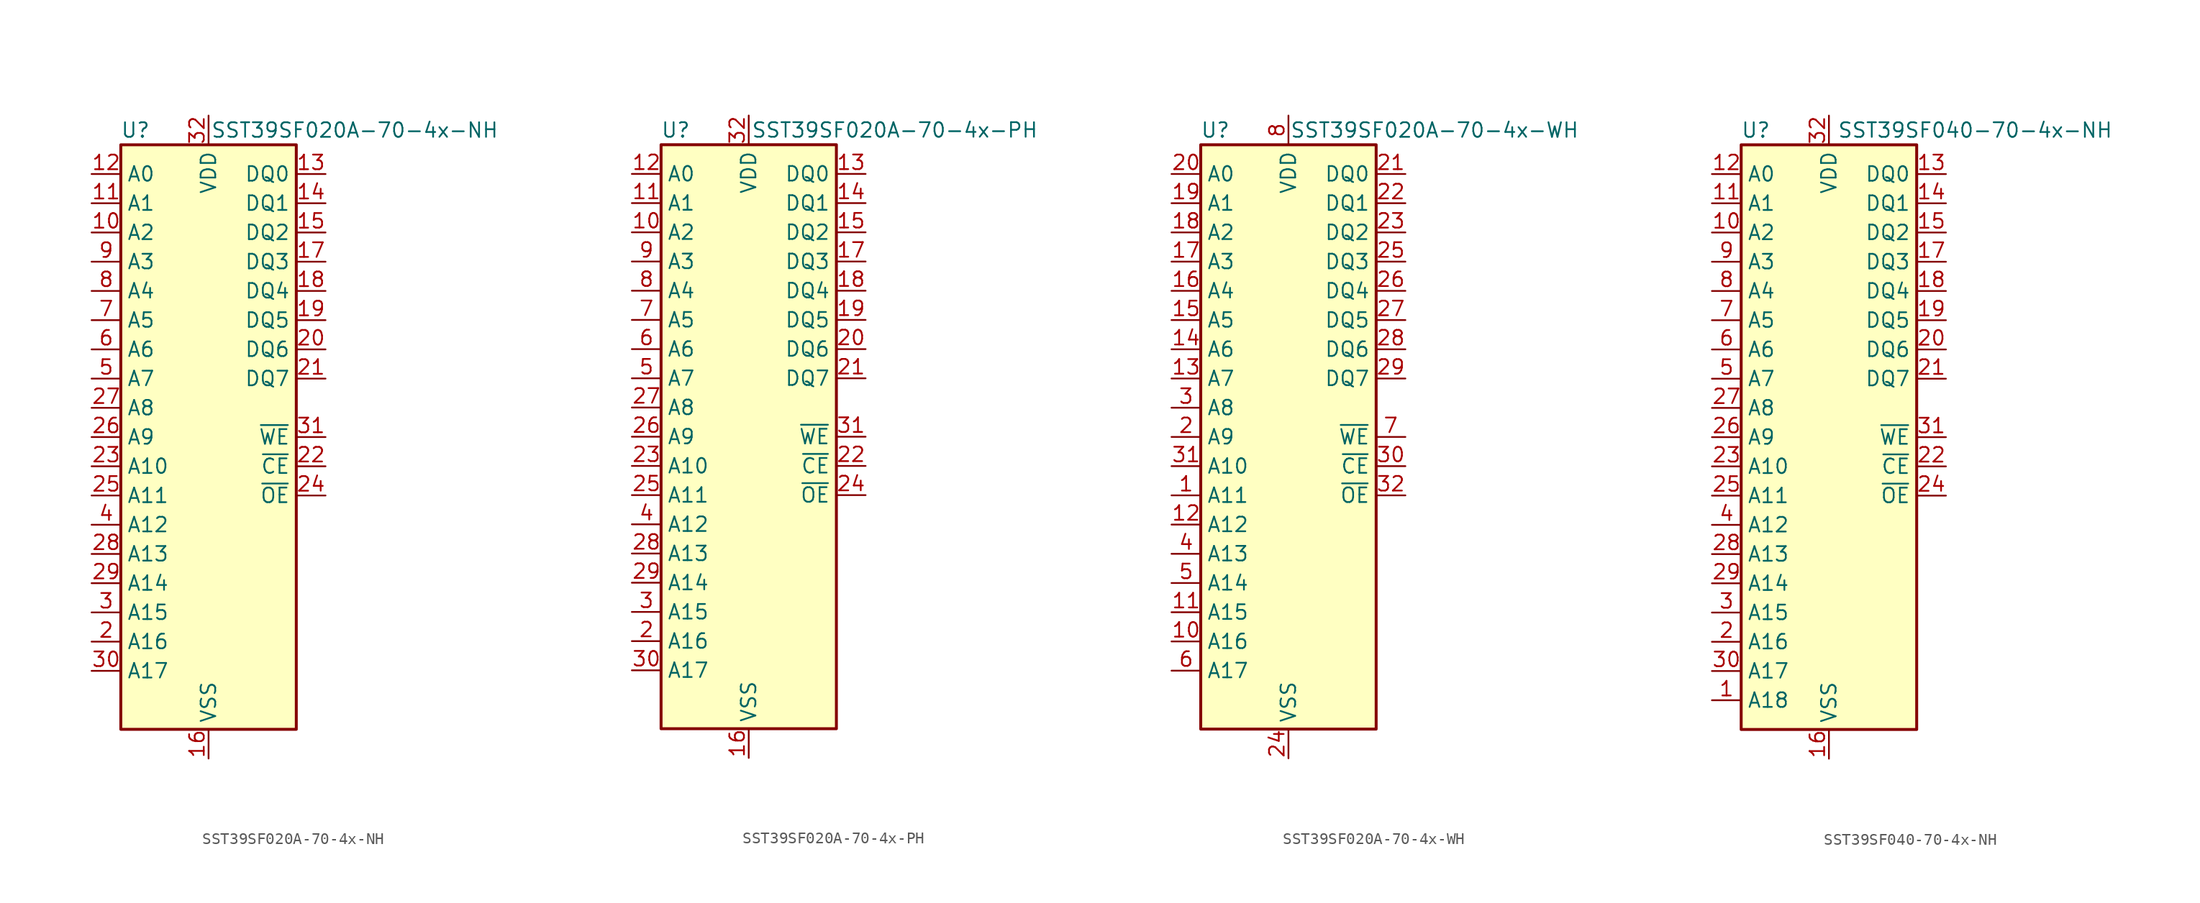
<source format=kicad_sym>
(kicad_symbol_lib
  (version 20241209)
  (generator "kicad_symbol_editor")
  (generator_version "9.0")
  (symbol "SST39SF020A-70-4x-NH"
    (property "Reference" "U"
      (at -6.35 26.67 0)
      (effects (font (size 1.27 1.27))))
    (property "Value" "SST39SF020A-70-4x-NH"
      (at 12.7 26.67 0)
      (effects (font (size 1.27 1.27))))
    (symbol "SST39SF020A-70-4x-NH_0_1"
      (rectangle (start -7.62 25.4) (end 7.62 -25.4) (stroke (width 0.254) (type default)) (fill (type background))))
    (symbol "SST39SF020A-70-4x-NH_1_1"
      (pin input line (at -10.16 22.86 0) (length 2.54) (name "A0" (effects (font (size 1.27 1.27)))) (number "12" (effects (font (size 1.27 1.27)))))
      (pin input line (at -10.16 20.32 0) (length 2.54) (name "A1" (effects (font (size 1.27 1.27)))) (number "11" (effects (font (size 1.27 1.27)))))
      (pin input line (at -10.16 17.78 0) (length 2.54) (name "A2" (effects (font (size 1.27 1.27)))) (number "10" (effects (font (size 1.27 1.27)))))
      (pin input line (at -10.16 15.24 0) (length 2.54) (name "A3" (effects (font (size 1.27 1.27)))) (number "9" (effects (font (size 1.27 1.27)))))
      (pin input line (at -10.16 12.7 0) (length 2.54) (name "A4" (effects (font (size 1.27 1.27)))) (number "8" (effects (font (size 1.27 1.27)))))
      (pin input line (at -10.16 10.16 0) (length 2.54) (name "A5" (effects (font (size 1.27 1.27)))) (number "7" (effects (font (size 1.27 1.27)))))
      (pin input line (at -10.16 7.62 0) (length 2.54) (name "A6" (effects (font (size 1.27 1.27)))) (number "6" (effects (font (size 1.27 1.27)))))
      (pin input line (at -10.16 5.08 0) (length 2.54) (name "A7" (effects (font (size 1.27 1.27)))) (number "5" (effects (font (size 1.27 1.27)))))
      (pin input line (at -10.16 2.54 0) (length 2.54) (name "A8" (effects (font (size 1.27 1.27)))) (number "27" (effects (font (size 1.27 1.27)))))
      (pin input line (at -10.16 0 0) (length 2.54) (name "A9" (effects (font (size 1.27 1.27)))) (number "26" (effects (font (size 1.27 1.27)))))
      (pin input line (at -10.16 -2.54 0) (length 2.54) (name "A10" (effects (font (size 1.27 1.27)))) (number "23" (effects (font (size 1.27 1.27)))))
      (pin input line (at -10.16 -5.08 0) (length 2.54) (name "A11" (effects (font (size 1.27 1.27)))) (number "25" (effects (font (size 1.27 1.27)))))
      (pin input line (at -10.16 -7.62 0) (length 2.54) (name "A12" (effects (font (size 1.27 1.27)))) (number "4" (effects (font (size 1.27 1.27)))))
      (pin input line (at -10.16 -10.16 0) (length 2.54) (name "A13" (effects (font (size 1.27 1.27)))) (number "28" (effects (font (size 1.27 1.27)))))
      (pin input line (at -10.16 -12.7 0) (length 2.54) (name "A14" (effects (font (size 1.27 1.27)))) (number "29" (effects (font (size 1.27 1.27)))))
      (pin input line (at -10.16 -15.24 0) (length 2.54) (name "A15" (effects (font (size 1.27 1.27)))) (number "3" (effects (font (size 1.27 1.27)))))
      (pin input line (at -10.16 -17.78 0) (length 2.54) (name "A16" (effects (font (size 1.27 1.27)))) (number "2" (effects (font (size 1.27 1.27)))))
      (pin input line (at -10.16 -20.32 0) (length 2.54) (name "A17" (effects (font (size 1.27 1.27)))) (number "30" (effects (font (size 1.27 1.27)))))
      (pin no_connect line (at -7.62 -22.86 0) (length 2.54) (hide yes) (name "NC" (effects (font (size 1.27 1.27)))) (number "1" (effects (font (size 1.27 1.27)))))
      (pin power_in line (at 0 27.94 270) (length 2.54) (name "VDD" (effects (font (size 1.27 1.27)))) (number "32" (effects (font (size 1.27 1.27)))))
      (pin power_in line (at 0 -27.94 90) (length 2.54) (name "VSS" (effects (font (size 1.27 1.27)))) (number "16" (effects (font (size 1.27 1.27)))))
      (pin bidirectional line (at 10.16 22.86 180) (length 2.54) (name "DQ0" (effects (font (size 1.27 1.27)))) (number "13" (effects (font (size 1.27 1.27)))))
      (pin bidirectional line (at 10.16 20.32 180) (length 2.54) (name "DQ1" (effects (font (size 1.27 1.27)))) (number "14" (effects (font (size 1.27 1.27)))))
      (pin bidirectional line (at 10.16 17.78 180) (length 2.54) (name "DQ2" (effects (font (size 1.27 1.27)))) (number "15" (effects (font (size 1.27 1.27)))))
      (pin bidirectional line (at 10.16 15.24 180) (length 2.54) (name "DQ3" (effects (font (size 1.27 1.27)))) (number "17" (effects (font (size 1.27 1.27)))))
      (pin bidirectional line (at 10.16 12.7 180) (length 2.54) (name "DQ4" (effects (font (size 1.27 1.27)))) (number "18" (effects (font (size 1.27 1.27)))))
      (pin bidirectional line (at 10.16 10.16 180) (length 2.54) (name "DQ5" (effects (font (size 1.27 1.27)))) (number "19" (effects (font (size 1.27 1.27)))))
      (pin bidirectional line (at 10.16 7.62 180) (length 2.54) (name "DQ6" (effects (font (size 1.27 1.27)))) (number "20" (effects (font (size 1.27 1.27)))))
      (pin bidirectional line (at 10.16 5.08 180) (length 2.54) (name "DQ7" (effects (font (size 1.27 1.27)))) (number "21" (effects (font (size 1.27 1.27)))))
      (pin input line (at 10.16 0 180) (length 2.54) (name "~{WE}" (effects (font (size 1.27 1.27)))) (number "31" (effects (font (size 1.27 1.27)))))
      (pin input line (at 10.16 -2.54 180) (length 2.54) (name "~{CE}" (effects (font (size 1.27 1.27)))) (number "22" (effects (font (size 1.27 1.27)))))
      (pin input line (at 10.16 -5.08 180) (length 2.54) (name "~{OE}" (effects (font (size 1.27 1.27)))) (number "24" (effects (font (size 1.27 1.27)))))))
  (symbol "SST39SF020A-70-4x-PH"
    (property "Reference" "U"
      (at -6.35 26.67 0)
      (effects (font (size 1.27 1.27))))
    (property "Value" "SST39SF020A-70-4x-PH"
      (at 12.7 26.67 0)
      (effects (font (size 1.27 1.27))))
    (symbol "SST39SF020A-70-4x-PH_0_1"
      (rectangle (start -7.62 25.4) (end 7.62 -25.4) (stroke (width 0.254) (type default)) (fill (type background))))
    (symbol "SST39SF020A-70-4x-PH_1_1"
      (pin input line (at -10.16 22.86 0) (length 2.54) (name "A0" (effects (font (size 1.27 1.27)))) (number "12" (effects (font (size 1.27 1.27)))))
      (pin input line (at -10.16 20.32 0) (length 2.54) (name "A1" (effects (font (size 1.27 1.27)))) (number "11" (effects (font (size 1.27 1.27)))))
      (pin input line (at -10.16 17.78 0) (length 2.54) (name "A2" (effects (font (size 1.27 1.27)))) (number "10" (effects (font (size 1.27 1.27)))))
      (pin input line (at -10.16 15.24 0) (length 2.54) (name "A3" (effects (font (size 1.27 1.27)))) (number "9" (effects (font (size 1.27 1.27)))))
      (pin input line (at -10.16 12.7 0) (length 2.54) (name "A4" (effects (font (size 1.27 1.27)))) (number "8" (effects (font (size 1.27 1.27)))))
      (pin input line (at -10.16 10.16 0) (length 2.54) (name "A5" (effects (font (size 1.27 1.27)))) (number "7" (effects (font (size 1.27 1.27)))))
      (pin input line (at -10.16 7.62 0) (length 2.54) (name "A6" (effects (font (size 1.27 1.27)))) (number "6" (effects (font (size 1.27 1.27)))))
      (pin input line (at -10.16 5.08 0) (length 2.54) (name "A7" (effects (font (size 1.27 1.27)))) (number "5" (effects (font (size 1.27 1.27)))))
      (pin input line (at -10.16 2.54 0) (length 2.54) (name "A8" (effects (font (size 1.27 1.27)))) (number "27" (effects (font (size 1.27 1.27)))))
      (pin input line (at -10.16 0 0) (length 2.54) (name "A9" (effects (font (size 1.27 1.27)))) (number "26" (effects (font (size 1.27 1.27)))))
      (pin input line (at -10.16 -2.54 0) (length 2.54) (name "A10" (effects (font (size 1.27 1.27)))) (number "23" (effects (font (size 1.27 1.27)))))
      (pin input line (at -10.16 -5.08 0) (length 2.54) (name "A11" (effects (font (size 1.27 1.27)))) (number "25" (effects (font (size 1.27 1.27)))))
      (pin input line (at -10.16 -7.62 0) (length 2.54) (name "A12" (effects (font (size 1.27 1.27)))) (number "4" (effects (font (size 1.27 1.27)))))
      (pin input line (at -10.16 -10.16 0) (length 2.54) (name "A13" (effects (font (size 1.27 1.27)))) (number "28" (effects (font (size 1.27 1.27)))))
      (pin input line (at -10.16 -12.7 0) (length 2.54) (name "A14" (effects (font (size 1.27 1.27)))) (number "29" (effects (font (size 1.27 1.27)))))
      (pin input line (at -10.16 -15.24 0) (length 2.54) (name "A15" (effects (font (size 1.27 1.27)))) (number "3" (effects (font (size 1.27 1.27)))))
      (pin input line (at -10.16 -17.78 0) (length 2.54) (name "A16" (effects (font (size 1.27 1.27)))) (number "2" (effects (font (size 1.27 1.27)))))
      (pin input line (at -10.16 -20.32 0) (length 2.54) (name "A17" (effects (font (size 1.27 1.27)))) (number "30" (effects (font (size 1.27 1.27)))))
      (pin no_connect line (at -7.62 -22.86 0) (length 2.54) (hide yes) (name "NC" (effects (font (size 1.27 1.27)))) (number "1" (effects (font (size 1.27 1.27)))))
      (pin power_in line (at 0 27.94 270) (length 2.54) (name "VDD" (effects (font (size 1.27 1.27)))) (number "32" (effects (font (size 1.27 1.27)))))
      (pin power_in line (at 0 -27.94 90) (length 2.54) (name "VSS" (effects (font (size 1.27 1.27)))) (number "16" (effects (font (size 1.27 1.27)))))
      (pin bidirectional line (at 10.16 22.86 180) (length 2.54) (name "DQ0" (effects (font (size 1.27 1.27)))) (number "13" (effects (font (size 1.27 1.27)))))
      (pin bidirectional line (at 10.16 20.32 180) (length 2.54) (name "DQ1" (effects (font (size 1.27 1.27)))) (number "14" (effects (font (size 1.27 1.27)))))
      (pin bidirectional line (at 10.16 17.78 180) (length 2.54) (name "DQ2" (effects (font (size 1.27 1.27)))) (number "15" (effects (font (size 1.27 1.27)))))
      (pin bidirectional line (at 10.16 15.24 180) (length 2.54) (name "DQ3" (effects (font (size 1.27 1.27)))) (number "17" (effects (font (size 1.27 1.27)))))
      (pin bidirectional line (at 10.16 12.7 180) (length 2.54) (name "DQ4" (effects (font (size 1.27 1.27)))) (number "18" (effects (font (size 1.27 1.27)))))
      (pin bidirectional line (at 10.16 10.16 180) (length 2.54) (name "DQ5" (effects (font (size 1.27 1.27)))) (number "19" (effects (font (size 1.27 1.27)))))
      (pin bidirectional line (at 10.16 7.62 180) (length 2.54) (name "DQ6" (effects (font (size 1.27 1.27)))) (number "20" (effects (font (size 1.27 1.27)))))
      (pin bidirectional line (at 10.16 5.08 180) (length 2.54) (name "DQ7" (effects (font (size 1.27 1.27)))) (number "21" (effects (font (size 1.27 1.27)))))
      (pin input line (at 10.16 0 180) (length 2.54) (name "~{WE}" (effects (font (size 1.27 1.27)))) (number "31" (effects (font (size 1.27 1.27)))))
      (pin input line (at 10.16 -2.54 180) (length 2.54) (name "~{CE}" (effects (font (size 1.27 1.27)))) (number "22" (effects (font (size 1.27 1.27)))))
      (pin input line (at 10.16 -5.08 180) (length 2.54) (name "~{OE}" (effects (font (size 1.27 1.27)))) (number "24" (effects (font (size 1.27 1.27)))))))
  (symbol "SST39SF020A-70-4x-WH"
    (property "Reference" "U"
      (at -6.35 26.67 0)
      (effects (font (size 1.27 1.27))))
    (property "Value" "SST39SF020A-70-4x-WH"
      (at 12.7 26.67 0)
      (effects (font (size 1.27 1.27))))
    (symbol "SST39SF020A-70-4x-WH_0_1"
      (rectangle (start -7.62 25.4) (end 7.62 -25.4) (stroke (width 0.254) (type default)) (fill (type background))))
    (symbol "SST39SF020A-70-4x-WH_1_1"
      (pin input line (at -10.16 22.86 0) (length 2.54) (name "A0" (effects (font (size 1.27 1.27)))) (number "20" (effects (font (size 1.27 1.27)))))
      (pin input line (at -10.16 20.32 0) (length 2.54) (name "A1" (effects (font (size 1.27 1.27)))) (number "19" (effects (font (size 1.27 1.27)))))
      (pin input line (at -10.16 17.78 0) (length 2.54) (name "A2" (effects (font (size 1.27 1.27)))) (number "18" (effects (font (size 1.27 1.27)))))
      (pin input line (at -10.16 15.24 0) (length 2.54) (name "A3" (effects (font (size 1.27 1.27)))) (number "17" (effects (font (size 1.27 1.27)))))
      (pin input line (at -10.16 12.7 0) (length 2.54) (name "A4" (effects (font (size 1.27 1.27)))) (number "16" (effects (font (size 1.27 1.27)))))
      (pin input line (at -10.16 10.16 0) (length 2.54) (name "A5" (effects (font (size 1.27 1.27)))) (number "15" (effects (font (size 1.27 1.27)))))
      (pin input line (at -10.16 7.62 0) (length 2.54) (name "A6" (effects (font (size 1.27 1.27)))) (number "14" (effects (font (size 1.27 1.27)))))
      (pin input line (at -10.16 5.08 0) (length 2.54) (name "A7" (effects (font (size 1.27 1.27)))) (number "13" (effects (font (size 1.27 1.27)))))
      (pin input line (at -10.16 2.54 0) (length 2.54) (name "A8" (effects (font (size 1.27 1.27)))) (number "3" (effects (font (size 1.27 1.27)))))
      (pin input line (at -10.16 0 0) (length 2.54) (name "A9" (effects (font (size 1.27 1.27)))) (number "2" (effects (font (size 1.27 1.27)))))
      (pin input line (at -10.16 -2.54 0) (length 2.54) (name "A10" (effects (font (size 1.27 1.27)))) (number "31" (effects (font (size 1.27 1.27)))))
      (pin input line (at -10.16 -5.08 0) (length 2.54) (name "A11" (effects (font (size 1.27 1.27)))) (number "1" (effects (font (size 1.27 1.27)))))
      (pin input line (at -10.16 -7.62 0) (length 2.54) (name "A12" (effects (font (size 1.27 1.27)))) (number "12" (effects (font (size 1.27 1.27)))))
      (pin input line (at -10.16 -10.16 0) (length 2.54) (name "A13" (effects (font (size 1.27 1.27)))) (number "4" (effects (font (size 1.27 1.27)))))
      (pin input line (at -10.16 -12.7 0) (length 2.54) (name "A14" (effects (font (size 1.27 1.27)))) (number "5" (effects (font (size 1.27 1.27)))))
      (pin input line (at -10.16 -15.24 0) (length 2.54) (name "A15" (effects (font (size 1.27 1.27)))) (number "11" (effects (font (size 1.27 1.27)))))
      (pin input line (at -10.16 -17.78 0) (length 2.54) (name "A16" (effects (font (size 1.27 1.27)))) (number "10" (effects (font (size 1.27 1.27)))))
      (pin input line (at -10.16 -20.32 0) (length 2.54) (name "A17" (effects (font (size 1.27 1.27)))) (number "6" (effects (font (size 1.27 1.27)))))
      (pin no_connect line (at -7.62 -22.86 0) (length 2.54) (hide yes) (name "NC" (effects (font (size 1.27 1.27)))) (number "9" (effects (font (size 1.27 1.27)))))
      (pin power_in line (at 0 27.94 270) (length 2.54) (name "VDD" (effects (font (size 1.27 1.27)))) (number "8" (effects (font (size 1.27 1.27)))))
      (pin power_in line (at 0 -27.94 90) (length 2.54) (name "VSS" (effects (font (size 1.27 1.27)))) (number "24" (effects (font (size 1.27 1.27)))))
      (pin bidirectional line (at 10.16 22.86 180) (length 2.54) (name "DQ0" (effects (font (size 1.27 1.27)))) (number "21" (effects (font (size 1.27 1.27)))))
      (pin bidirectional line (at 10.16 20.32 180) (length 2.54) (name "DQ1" (effects (font (size 1.27 1.27)))) (number "22" (effects (font (size 1.27 1.27)))))
      (pin bidirectional line (at 10.16 17.78 180) (length 2.54) (name "DQ2" (effects (font (size 1.27 1.27)))) (number "23" (effects (font (size 1.27 1.27)))))
      (pin bidirectional line (at 10.16 15.24 180) (length 2.54) (name "DQ3" (effects (font (size 1.27 1.27)))) (number "25" (effects (font (size 1.27 1.27)))))
      (pin bidirectional line (at 10.16 12.7 180) (length 2.54) (name "DQ4" (effects (font (size 1.27 1.27)))) (number "26" (effects (font (size 1.27 1.27)))))
      (pin bidirectional line (at 10.16 10.16 180) (length 2.54) (name "DQ5" (effects (font (size 1.27 1.27)))) (number "27" (effects (font (size 1.27 1.27)))))
      (pin bidirectional line (at 10.16 7.62 180) (length 2.54) (name "DQ6" (effects (font (size 1.27 1.27)))) (number "28" (effects (font (size 1.27 1.27)))))
      (pin bidirectional line (at 10.16 5.08 180) (length 2.54) (name "DQ7" (effects (font (size 1.27 1.27)))) (number "29" (effects (font (size 1.27 1.27)))))
      (pin input line (at 10.16 0 180) (length 2.54) (name "~{WE}" (effects (font (size 1.27 1.27)))) (number "7" (effects (font (size 1.27 1.27)))))
      (pin input line (at 10.16 -2.54 180) (length 2.54) (name "~{CE}" (effects (font (size 1.27 1.27)))) (number "30" (effects (font (size 1.27 1.27)))))
      (pin input line (at 10.16 -5.08 180) (length 2.54) (name "~{OE}" (effects (font (size 1.27 1.27)))) (number "32" (effects (font (size 1.27 1.27)))))))
  (symbol "SST39SF040-70-4x-NH"
    (property "Reference" "U"
      (at -6.35 26.67 0)
      (effects (font (size 1.27 1.27))))
    (property "Value" "SST39SF040-70-4x-NH"
      (at 12.7 26.67 0)
      (effects (font (size 1.27 1.27))))
    (symbol "SST39SF040-70-4x-NH_0_1"
      (rectangle (start -7.62 25.4) (end 7.62 -25.4) (stroke (width 0.254) (type default)) (fill (type background))))
    (symbol "SST39SF040-70-4x-NH_1_1"
      (pin input line (at -10.16 22.86 0) (length 2.54) (name "A0" (effects (font (size 1.27 1.27)))) (number "12" (effects (font (size 1.27 1.27)))))
      (pin input line (at -10.16 20.32 0) (length 2.54) (name "A1" (effects (font (size 1.27 1.27)))) (number "11" (effects (font (size 1.27 1.27)))))
      (pin input line (at -10.16 17.78 0) (length 2.54) (name "A2" (effects (font (size 1.27 1.27)))) (number "10" (effects (font (size 1.27 1.27)))))
      (pin input line (at -10.16 15.24 0) (length 2.54) (name "A3" (effects (font (size 1.27 1.27)))) (number "9" (effects (font (size 1.27 1.27)))))
      (pin input line (at -10.16 12.7 0) (length 2.54) (name "A4" (effects (font (size 1.27 1.27)))) (number "8" (effects (font (size 1.27 1.27)))))
      (pin input line (at -10.16 10.16 0) (length 2.54) (name "A5" (effects (font (size 1.27 1.27)))) (number "7" (effects (font (size 1.27 1.27)))))
      (pin input line (at -10.16 7.62 0) (length 2.54) (name "A6" (effects (font (size 1.27 1.27)))) (number "6" (effects (font (size 1.27 1.27)))))
      (pin input line (at -10.16 5.08 0) (length 2.54) (name "A7" (effects (font (size 1.27 1.27)))) (number "5" (effects (font (size 1.27 1.27)))))
      (pin input line (at -10.16 2.54 0) (length 2.54) (name "A8" (effects (font (size 1.27 1.27)))) (number "27" (effects (font (size 1.27 1.27)))))
      (pin input line (at -10.16 0 0) (length 2.54) (name "A9" (effects (font (size 1.27 1.27)))) (number "26" (effects (font (size 1.27 1.27)))))
      (pin input line (at -10.16 -2.54 0) (length 2.54) (name "A10" (effects (font (size 1.27 1.27)))) (number "23" (effects (font (size 1.27 1.27)))))
      (pin input line (at -10.16 -5.08 0) (length 2.54) (name "A11" (effects (font (size 1.27 1.27)))) (number "25" (effects (font (size 1.27 1.27)))))
      (pin input line (at -10.16 -7.62 0) (length 2.54) (name "A12" (effects (font (size 1.27 1.27)))) (number "4" (effects (font (size 1.27 1.27)))))
      (pin input line (at -10.16 -10.16 0) (length 2.54) (name "A13" (effects (font (size 1.27 1.27)))) (number "28" (effects (font (size 1.27 1.27)))))
      (pin input line (at -10.16 -12.7 0) (length 2.54) (name "A14" (effects (font (size 1.27 1.27)))) (number "29" (effects (font (size 1.27 1.27)))))
      (pin input line (at -10.16 -15.24 0) (length 2.54) (name "A15" (effects (font (size 1.27 1.27)))) (number "3" (effects (font (size 1.27 1.27)))))
      (pin input line (at -10.16 -17.78 0) (length 2.54) (name "A16" (effects (font (size 1.27 1.27)))) (number "2" (effects (font (size 1.27 1.27)))))
      (pin input line (at -10.16 -20.32 0) (length 2.54) (name "A17" (effects (font (size 1.27 1.27)))) (number "30" (effects (font (size 1.27 1.27)))))
      (pin input line (at -10.16 -22.86 0) (length 2.54) (name "A18" (effects (font (size 1.27 1.27)))) (number "1" (effects (font (size 1.27 1.27)))))
      (pin power_in line (at 0 27.94 270) (length 2.54) (name "VDD" (effects (font (size 1.27 1.27)))) (number "32" (effects (font (size 1.27 1.27)))))
      (pin power_in line (at 0 -27.94 90) (length 2.54) (name "VSS" (effects (font (size 1.27 1.27)))) (number "16" (effects (font (size 1.27 1.27)))))
      (pin bidirectional line (at 10.16 22.86 180) (length 2.54) (name "DQ0" (effects (font (size 1.27 1.27)))) (number "13" (effects (font (size 1.27 1.27)))))
      (pin bidirectional line (at 10.16 20.32 180) (length 2.54) (name "DQ1" (effects (font (size 1.27 1.27)))) (number "14" (effects (font (size 1.27 1.27)))))
      (pin bidirectional line (at 10.16 17.78 180) (length 2.54) (name "DQ2" (effects (font (size 1.27 1.27)))) (number "15" (effects (font (size 1.27 1.27)))))
      (pin bidirectional line (at 10.16 15.24 180) (length 2.54) (name "DQ3" (effects (font (size 1.27 1.27)))) (number "17" (effects (font (size 1.27 1.27)))))
      (pin bidirectional line (at 10.16 12.7 180) (length 2.54) (name "DQ4" (effects (font (size 1.27 1.27)))) (number "18" (effects (font (size 1.27 1.27)))))
      (pin bidirectional line (at 10.16 10.16 180) (length 2.54) (name "DQ5" (effects (font (size 1.27 1.27)))) (number "19" (effects (font (size 1.27 1.27)))))
      (pin bidirectional line (at 10.16 7.62 180) (length 2.54) (name "DQ6" (effects (font (size 1.27 1.27)))) (number "20" (effects (font (size 1.27 1.27)))))
      (pin bidirectional line (at 10.16 5.08 180) (length 2.54) (name "DQ7" (effects (font (size 1.27 1.27)))) (number "21" (effects (font (size 1.27 1.27)))))
      (pin input line (at 10.16 0 180) (length 2.54) (name "~{WE}" (effects (font (size 1.27 1.27)))) (number "31" (effects (font (size 1.27 1.27)))))
      (pin input line (at 10.16 -2.54 180) (length 2.54) (name "~{CE}" (effects (font (size 1.27 1.27)))) (number "22" (effects (font (size 1.27 1.27)))))
      (pin input line (at 10.16 -5.08 180) (length 2.54) (name "~{OE}" (effects (font (size 1.27 1.27)))) (number "24" (effects (font (size 1.27 1.27))))))))
</source>
